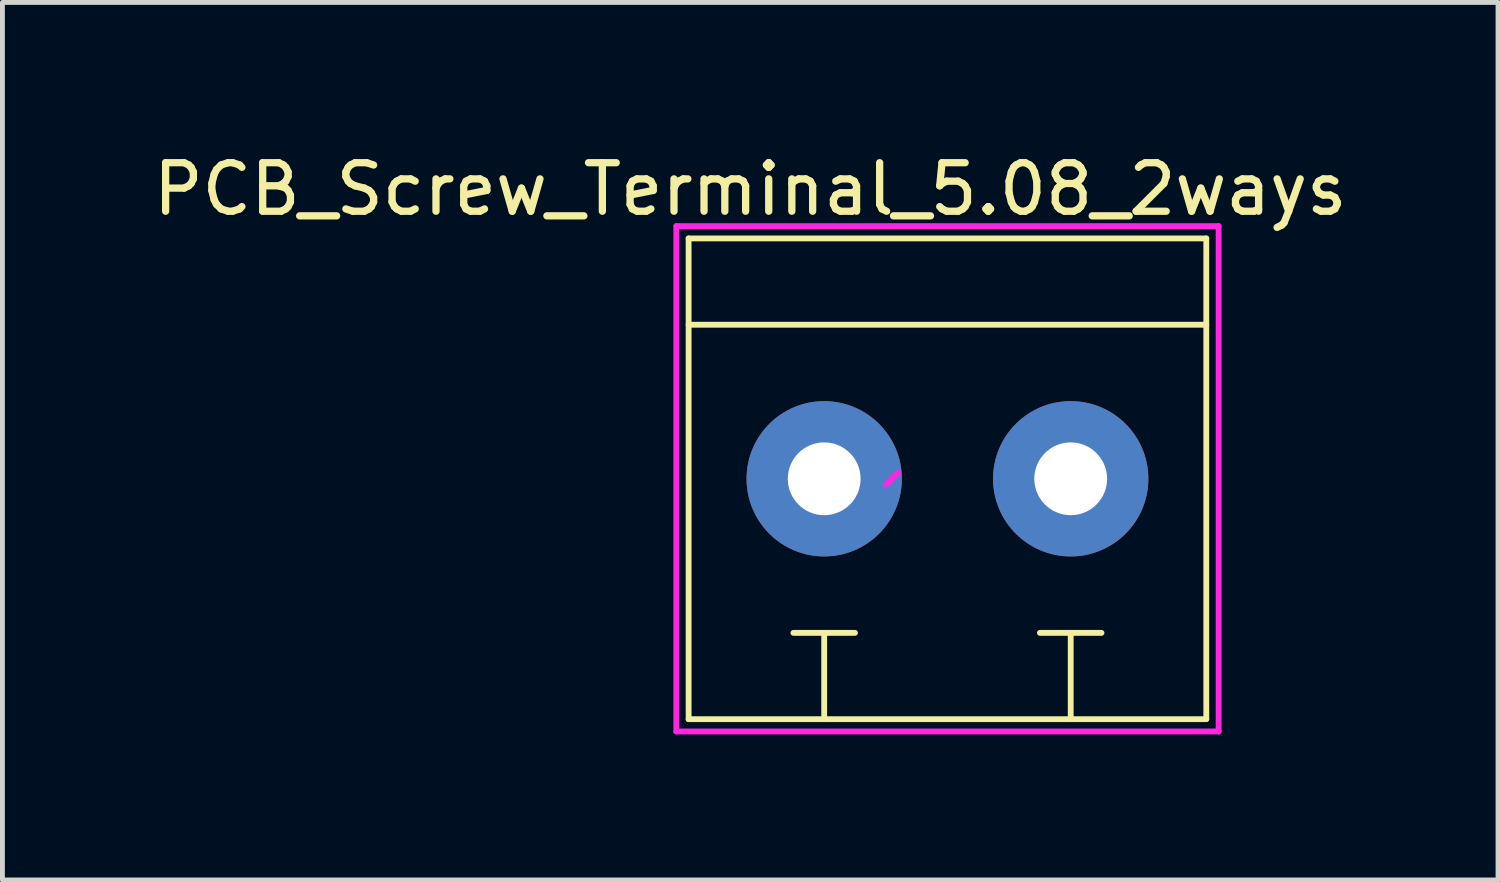
<source format=kicad_pcb>
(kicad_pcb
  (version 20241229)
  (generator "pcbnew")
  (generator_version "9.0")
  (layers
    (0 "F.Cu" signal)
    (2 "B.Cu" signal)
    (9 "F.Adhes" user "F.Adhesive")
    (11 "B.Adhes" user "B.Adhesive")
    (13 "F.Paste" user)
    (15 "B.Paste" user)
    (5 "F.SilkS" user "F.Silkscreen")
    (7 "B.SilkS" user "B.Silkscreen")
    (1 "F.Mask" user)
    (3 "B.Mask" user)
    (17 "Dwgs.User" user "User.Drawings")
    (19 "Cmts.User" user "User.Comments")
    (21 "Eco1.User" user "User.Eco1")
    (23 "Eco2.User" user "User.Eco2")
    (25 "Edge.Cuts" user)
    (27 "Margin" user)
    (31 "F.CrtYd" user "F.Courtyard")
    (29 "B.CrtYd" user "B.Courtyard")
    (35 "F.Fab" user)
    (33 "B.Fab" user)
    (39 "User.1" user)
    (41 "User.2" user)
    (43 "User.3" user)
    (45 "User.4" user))
  (footprint "PCB_Screw_Terminal_5.08_2ways"
    (layer "F.Cu")
    (at 16.475 6.69)
    (property "Reference" "PCB_Screw_Terminal_5.08_2ways" (at -4.064 -5.842 0) (layer "F.SilkS") (effects (font (size 1 1) (thickness 0.15))))
    (attr through_hole)
    (fp_line (start -5.334 -4.826) (end 5.334 -4.826) (stroke (width 0.12) (type solid)) (layer "F.SilkS"))
    (fp_line (start -5.334 5.08) (end -5.334 -4.826) (stroke (width 0.12) (type solid)) (layer "F.SilkS"))
    (fp_line (start -3.175 3.302) (end -1.905 3.302) (stroke (width 0.12) (type solid)) (layer "F.SilkS"))
    (fp_line (start -2.54 3.302) (end -2.54 5.08) (stroke (width 0.12) (type solid)) (layer "F.SilkS"))
    (fp_line (start 2.54 5.08) (end 2.54 3.302) (stroke (width 0.12) (type solid)) (layer "F.SilkS"))
    (fp_line (start 3.175 3.302) (end 1.905 3.302) (stroke (width 0.12) (type solid)) (layer "F.SilkS"))
    (fp_line (start 5.334 -4.826) (end 5.334 5.08) (stroke (width 0.12) (type solid)) (layer "F.SilkS"))
    (fp_line (start 5.334 -3.048) (end -5.334 -3.048) (stroke (width 0.12) (type solid)) (layer "F.SilkS"))
    (fp_line (start 5.334 5.08) (end -5.334 5.08) (stroke (width 0.12) (type solid)) (layer "F.SilkS"))
    (fp_line (start -5.588 -5.08) (end 5.588 -5.08) (stroke (width 0.12) (type solid)) (layer "F.CrtYd"))
    (fp_line (start -5.588 5.334) (end -5.588 -5.08) (stroke (width 0.12) (type solid)) (layer "F.CrtYd"))
    (fp_line (start -1.016 0) (end -1.27 0.254) (stroke (width 0.12) (type solid)) (layer "F.CrtYd"))
    (fp_line (start 5.588 -5.08) (end 5.588 5.334) (stroke (width 0.12) (type solid)) (layer "F.CrtYd"))
    (fp_line (start 5.588 5.334) (end -5.588 5.334) (stroke (width 0.12) (type solid)) (layer "F.CrtYd"))
    (pad "1" thru_hole circle (at -2.54 0.127) (size 3.2 3.2) (drill 1.5) (layers "*.Cu" "*.Mask"))
    (pad "2" thru_hole circle (at 2.54 0.127) (size 3.2 3.2) (drill 1.5) (layers "*.Cu" "*.Mask")))
  (gr_rect
    (start -3 -3)
    (end 27.821 15.084)
    (stroke (width 0.1) (type default))
    (fill no)
    (layer "Edge.Cuts")))
</source>
